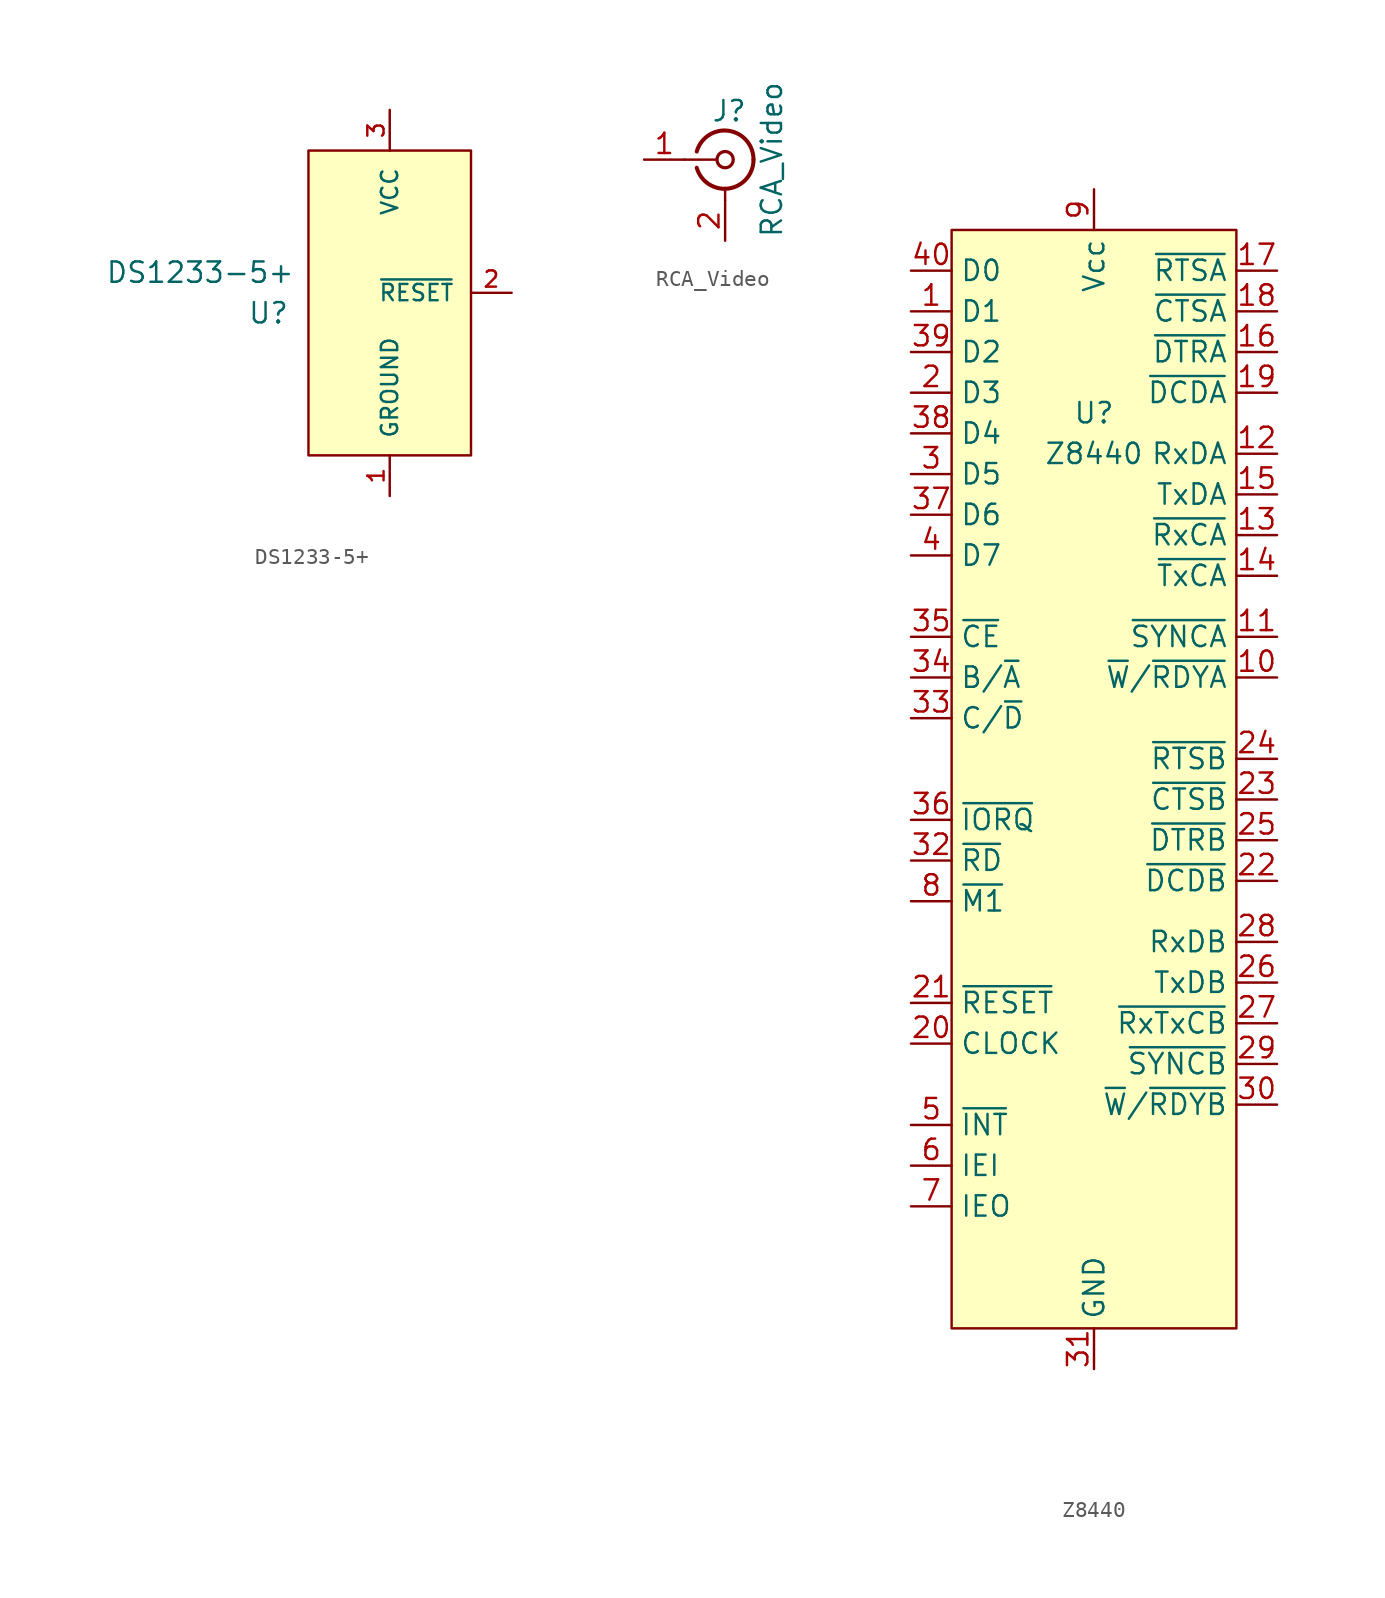
<source format=kicad_sym>
(kicad_symbol_lib
  (version 20220914)
  (generator kicad_symbol_editor)
  (symbol "DS1233-5+"
    (pin_names
      (offset 1.016))
    (property "Reference" "U"
      (at -8.89 -1.27 0)
      (effects (font (size 1.27 1.27)) (justify left)))
    (property "Value" "DS1233-5+"
      (at -17.78 1.27 0)
      (effects (font (size 1.27 1.27)) (justify left)))
    (symbol "DS1233-5+_1_1"
      (rectangle (start -5.08 8.89) (end 5.08 -10.16) (stroke (width 0) (type default)) (fill (type background)))
      (pin power_in line (at 0 -12.7 90) (length 2.54) (name "GROUND" (effects (font (size 1.016 1.016)))) (number "1" (effects (font (size 1.016 1.016)))))
      (pin input line (at 7.62 0 180) (length 2.54) (name "~{RESET}" (effects (font (size 1.016 1.016)))) (number "2" (effects (font (size 1.016 1.016)))))
      (pin power_in line (at 0 11.43 270) (length 2.54) (name "VCC" (effects (font (size 1.016 1.016)))) (number "3" (effects (font (size 1.016 1.016)))))))
  (symbol "RCA_Video"
    (pin_names
      (offset 1.016) hide)
    (property "Reference" "J"
      (at 0.254 3.048 0)
      (effects (font (size 1.27 1.27))))
    (property "Value" "RCA_Video"
      (at 2.921 0 90)
      (effects (font (size 1.27 1.27))))
    (symbol "RCA_Video_0_1"
      (arc (start -1.778 -0.508) (mid 0.2311 -1.8066) (end 1.778 0) (stroke (width 0.254) (type default)) (fill (type none)))
      (polyline (pts (xy -2.54 0) (xy -0.508 0)) (stroke (width 0) (type default)) (fill (type none)))
      (polyline (pts (xy 0 -2.54) (xy 0 -1.778)) (stroke (width 0) (type default)) (fill (type none)))
      (circle (center 0 0) (radius 0.508) (stroke (width 0.203) (type default)) (fill (type none)))
      (arc (start 1.778 0) (mid 0.2099 1.8101) (end -1.778 0.508) (stroke (width 0.254) (type default)) (fill (type none))))
    (symbol "RCA_Video_1_1"
      (pin passive line (at -5.08 0 0) (length 2.54) (name "In" (effects (font (size 1.27 1.27)))) (number "1" (effects (font (size 1.27 1.27)))))
      (pin passive line (at 0 -5.08 90) (length 2.54) (name "Ext" (effects (font (size 1.27 1.27)))) (number "2" (effects (font (size 1.27 1.27)))))))
  (symbol "Z8440"
    (property "Reference" "U"
      (at 0 17.78 0)
      (effects (font (size 1.27 1.27))))
    (property "Value" "Z8440"
      (at 0 15.24 0)
      (effects (font (size 1.27 1.27))))
    (symbol "Z8440_0_1"
      (rectangle (start -8.89 29.21) (end 8.89 -39.37) (stroke (width 0) (type default)) (fill (type background))))
    (symbol "Z8440_1_1"
      (pin bidirectional line (at -11.43 24.13 0) (length 2.54) (name "D1" (effects (font (size 1.27 1.27)))) (number "1" (effects (font (size 1.27 1.27)))))
      (pin output line (at 11.43 1.27 180) (length 2.54) (name "~{W}/~{RDYA}" (effects (font (size 1.27 1.27)))) (number "10" (effects (font (size 1.27 1.27)))))
      (pin input line (at 11.43 3.81 180) (length 2.54) (name "~{SYNCA}" (effects (font (size 1.27 1.27)))) (number "11" (effects (font (size 1.27 1.27)))))
      (pin input line (at 11.43 15.24 180) (length 2.54) (name "RxDA" (effects (font (size 1.27 1.27)))) (number "12" (effects (font (size 1.27 1.27)))))
      (pin input line (at 11.43 10.16 180) (length 2.54) (name "~{RxCA}" (effects (font (size 1.27 1.27)))) (number "13" (effects (font (size 1.27 1.27)))))
      (pin input line (at 11.43 7.62 180) (length 2.54) (name "~{TxCA}" (effects (font (size 1.27 1.27)))) (number "14" (effects (font (size 1.27 1.27)))))
      (pin output line (at 11.43 12.7 180) (length 2.54) (name "TxDA" (effects (font (size 1.27 1.27)))) (number "15" (effects (font (size 1.27 1.27)))))
      (pin output line (at 11.43 21.59 180) (length 2.54) (name "~{DTRA}" (effects (font (size 1.27 1.27)))) (number "16" (effects (font (size 1.27 1.27)))))
      (pin output line (at 11.43 26.67 180) (length 2.54) (name "~{RTSA}" (effects (font (size 1.27 1.27)))) (number "17" (effects (font (size 1.27 1.27)))))
      (pin input line (at 11.43 24.13 180) (length 2.54) (name "~{CTSA}" (effects (font (size 1.27 1.27)))) (number "18" (effects (font (size 1.27 1.27)))))
      (pin input line (at 11.43 19.05 180) (length 2.54) (name "~{DCDA}" (effects (font (size 1.27 1.27)))) (number "19" (effects (font (size 1.27 1.27)))))
      (pin bidirectional line (at -11.43 19.05 0) (length 2.54) (name "D3" (effects (font (size 1.27 1.27)))) (number "2" (effects (font (size 1.27 1.27)))))
      (pin input line (at -11.43 -21.59 0) (length 2.54) (name "CLOCK" (effects (font (size 1.27 1.27)))) (number "20" (effects (font (size 1.27 1.27)))))
      (pin input line (at -11.43 -19.05 0) (length 2.54) (name "~{RESET}" (effects (font (size 1.27 1.27)))) (number "21" (effects (font (size 1.27 1.27)))))
      (pin input line (at 11.43 -11.43 180) (length 2.54) (name "~{DCDB}" (effects (font (size 1.27 1.27)))) (number "22" (effects (font (size 1.27 1.27)))))
      (pin input line (at 11.43 -6.35 180) (length 2.54) (name "~{CTSB}" (effects (font (size 1.27 1.27)))) (number "23" (effects (font (size 1.27 1.27)))))
      (pin output line (at 11.43 -3.81 180) (length 2.54) (name "~{RTSB}" (effects (font (size 1.27 1.27)))) (number "24" (effects (font (size 1.27 1.27)))))
      (pin output line (at 11.43 -8.89 180) (length 2.54) (name "~{DTRB}" (effects (font (size 1.27 1.27)))) (number "25" (effects (font (size 1.27 1.27)))))
      (pin output line (at 11.43 -17.78 180) (length 2.54) (name "TxDB" (effects (font (size 1.27 1.27)))) (number "26" (effects (font (size 1.27 1.27)))))
      (pin input line (at 11.43 -20.32 180) (length 2.54) (name "~{RxTxCB}" (effects (font (size 1.27 1.27)))) (number "27" (effects (font (size 1.27 1.27)))))
      (pin input line (at 11.43 -15.24 180) (length 2.54) (name "RxDB" (effects (font (size 1.27 1.27)))) (number "28" (effects (font (size 1.27 1.27)))))
      (pin input line (at 11.43 -22.86 180) (length 2.54) (name "~{SYNCB}" (effects (font (size 1.27 1.27)))) (number "29" (effects (font (size 1.27 1.27)))))
      (pin bidirectional line (at -11.43 13.97 0) (length 2.54) (name "D5" (effects (font (size 1.27 1.27)))) (number "3" (effects (font (size 1.27 1.27)))))
      (pin output line (at 11.43 -25.4 180) (length 2.54) (name "~{W}/~{RDYB}" (effects (font (size 1.27 1.27)))) (number "30" (effects (font (size 1.27 1.27)))))
      (pin power_out line (at 0 -41.91 90) (length 2.54) (name "GND" (effects (font (size 1.27 1.27)))) (number "31" (effects (font (size 1.27 1.27)))))
      (pin input line (at -11.43 -10.16 0) (length 2.54) (name "~{RD}" (effects (font (size 1.27 1.27)))) (number "32" (effects (font (size 1.27 1.27)))))
      (pin input line (at -11.43 -1.27 0) (length 2.54) (name "C/~{D}" (effects (font (size 1.27 1.27)))) (number "33" (effects (font (size 1.27 1.27)))))
      (pin input line (at -11.43 1.27 0) (length 2.54) (name "B/~{A}" (effects (font (size 1.27 1.27)))) (number "34" (effects (font (size 1.27 1.27)))))
      (pin input line (at -11.43 3.81 0) (length 2.54) (name "~{CE}" (effects (font (size 1.27 1.27)))) (number "35" (effects (font (size 1.27 1.27)))))
      (pin input line (at -11.43 -7.62 0) (length 2.54) (name "~{IORQ}" (effects (font (size 1.27 1.27)))) (number "36" (effects (font (size 1.27 1.27)))))
      (pin bidirectional line (at -11.43 11.43 0) (length 2.54) (name "D6" (effects (font (size 1.27 1.27)))) (number "37" (effects (font (size 1.27 1.27)))))
      (pin bidirectional line (at -11.43 16.51 0) (length 2.54) (name "D4" (effects (font (size 1.27 1.27)))) (number "38" (effects (font (size 1.27 1.27)))))
      (pin bidirectional line (at -11.43 21.59 0) (length 2.54) (name "D2" (effects (font (size 1.27 1.27)))) (number "39" (effects (font (size 1.27 1.27)))))
      (pin bidirectional line (at -11.43 8.89 0) (length 2.54) (name "D7" (effects (font (size 1.27 1.27)))) (number "4" (effects (font (size 1.27 1.27)))))
      (pin bidirectional line (at -11.43 26.67 0) (length 2.54) (name "D0" (effects (font (size 1.27 1.27)))) (number "40" (effects (font (size 1.27 1.27)))))
      (pin output line (at -11.43 -26.67 0) (length 2.54) (name "~{INT}" (effects (font (size 1.27 1.27)))) (number "5" (effects (font (size 1.27 1.27)))))
      (pin input line (at -11.43 -29.21 0) (length 2.54) (name "IEI" (effects (font (size 1.27 1.27)))) (number "6" (effects (font (size 1.27 1.27)))))
      (pin output line (at -11.43 -31.75 0) (length 2.54) (name "IEO" (effects (font (size 1.27 1.27)))) (number "7" (effects (font (size 1.27 1.27)))))
      (pin input line (at -11.43 -12.7 0) (length 2.54) (name "~{M1}" (effects (font (size 1.27 1.27)))) (number "8" (effects (font (size 1.27 1.27)))))
      (pin power_in line (at 0 31.75 270) (length 2.54) (name "Vcc" (effects (font (size 1.27 1.27)))) (number "9" (effects (font (size 1.27 1.27))))))))
</source>
